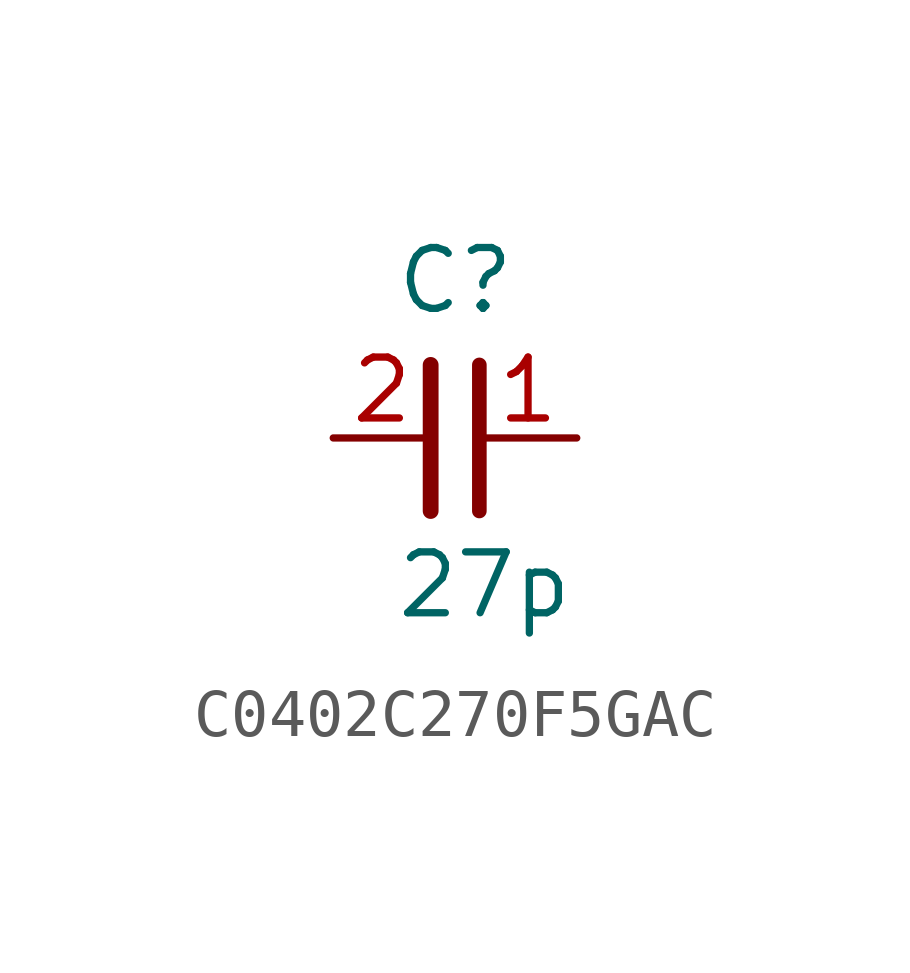
<source format=kicad_sym>
(kicad_symbol_lib
  (version 20220914)
  (generator kicad_symbol_editor)
  (symbol "C0402C270F5GAC"
    (pin_names
      (offset 1.016))
    (property "Reference" "C"
      (at -1.27 2.54 0)
      (effects (font (size 1.27 1.27)) (justify left bottom)))
    (property "Value" "27p"
      (at -1.27 -3.81 0)
      (effects (font (size 1.27 1.27)) (justify left bottom)))
    (symbol "C0402C270F5GAC_0_1"
      (polyline (pts (xy -0.508 1.524) (xy -0.508 -1.524)) (stroke (width 0.33) (type default)) (fill (type none)))
      (polyline (pts (xy 0.508 1.524) (xy 0.508 -1.524)) (stroke (width 0.305) (type default)) (fill (type none))))
    (symbol "C0402C270F5GAC_1_1"
      (pin passive line (at 2.54 0 180) (length 2.032) (name "~" (effects (font (size 1.27 1.27)))) (number "1" (effects (font (size 1.27 1.27)))))
      (pin passive line (at -2.54 0 0) (length 2.032) (name "~" (effects (font (size 1.27 1.27)))) (number "2" (effects (font (size 1.27 1.27))))))))
</source>
